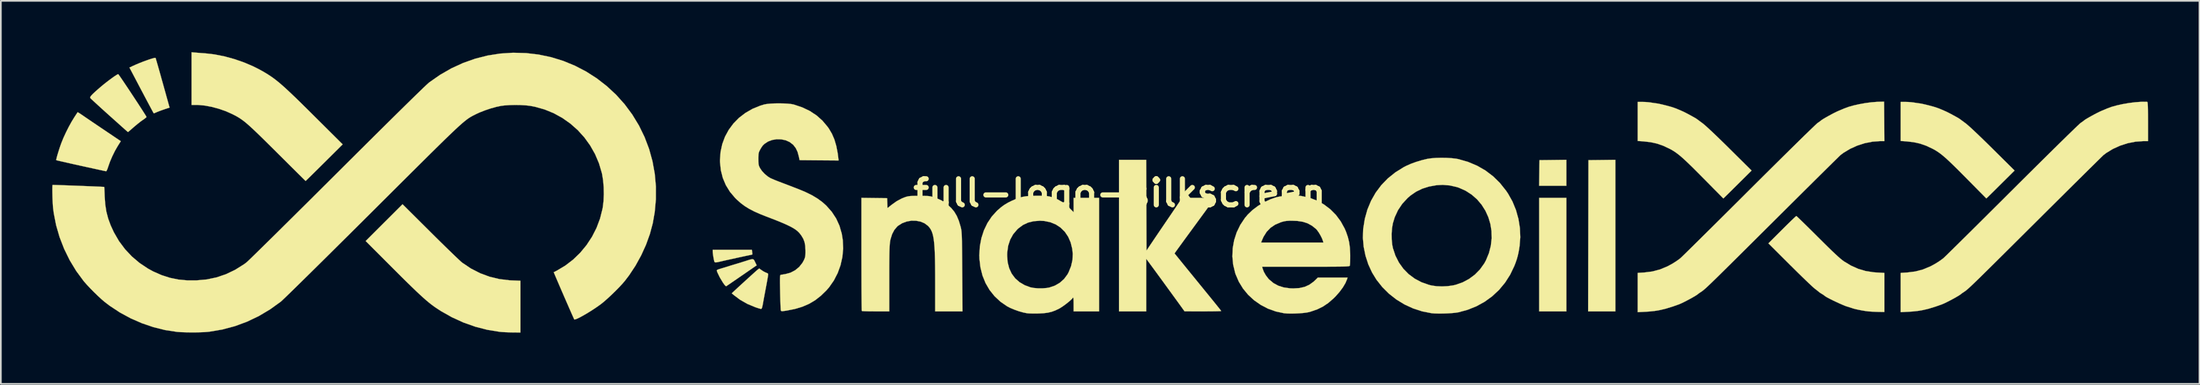
<source format=kicad_pcb>
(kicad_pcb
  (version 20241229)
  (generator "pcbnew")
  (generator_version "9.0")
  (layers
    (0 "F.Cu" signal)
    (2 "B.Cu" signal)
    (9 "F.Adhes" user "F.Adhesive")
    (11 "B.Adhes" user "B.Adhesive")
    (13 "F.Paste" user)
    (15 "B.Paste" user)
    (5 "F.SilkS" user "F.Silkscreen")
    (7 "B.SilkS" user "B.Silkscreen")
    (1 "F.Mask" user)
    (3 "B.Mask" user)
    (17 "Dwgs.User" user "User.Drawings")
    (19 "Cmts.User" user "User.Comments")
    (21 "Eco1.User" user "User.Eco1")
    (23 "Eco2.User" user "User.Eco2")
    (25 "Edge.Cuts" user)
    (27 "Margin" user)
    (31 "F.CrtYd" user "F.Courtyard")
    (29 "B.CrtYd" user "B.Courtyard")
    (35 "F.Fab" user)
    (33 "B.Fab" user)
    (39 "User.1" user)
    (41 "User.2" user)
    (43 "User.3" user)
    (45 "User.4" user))
  (footprint "full-logo-silkscreen"
    (layer "F.Cu")
    (at 62.279 8.232)
    (property "Reference" "full-logo-silkscreen" (at 0 0 0) (layer "F.SilkS") (effects (font (size 1.524 1.524) (thickness 0.3))))
    (attr through_hole)
    (fp_poly (pts (xy 26.07 6.914) (xy 24.483 6.914) (xy 24.483 0.282) (xy 26.07 0.282) (xy 26.07 6.914)) (stroke (width 0.01) (type solid)) (fill yes) (layer "F.SilkS"))
    (fp_poly (pts (xy 26.07 -0.423) (xy 24.481 -0.423) (xy 24.491 -1.173) (xy 24.5 -1.923) (xy 25.285 -1.932) (xy 26.07 -1.942) (xy 26.07 -0.423)) (stroke (width 0.01) (type solid)) (fill yes) (layer "F.SilkS"))
    (fp_poly (pts (xy 28.928 6.914) (xy 27.34 6.914) (xy 27.349 2.496) (xy 27.358 -1.923) (xy 28.143 -1.932) (xy 28.928 -1.942) (xy 28.928 6.914)) (stroke (width 0.01) (type solid)) (fill yes) (layer "F.SilkS"))
    (fp_poly (pts (xy -21.44 3.448) (xy -21.431 3.536) (xy -21.429 3.586) (xy -21.43 3.589) (xy -21.465 3.6) (xy -21.548 3.619) (xy -21.61 3.632) (xy -21.743 3.659) (xy -21.902 3.693) (xy -22.013 3.717) (xy -22.34 3.788) (xy -22.607 3.847) (xy -22.821 3.894) (xy -22.991 3.932) (xy -23.127 3.963) (xy -23.235 3.988) (xy -23.308 4.005) (xy -23.459 4.039) (xy -23.555 4.053) (xy -23.611 4.047) (xy -23.639 4.021) (xy -23.649 3.995) (xy -23.673 3.894) (xy -23.699 3.756) (xy -23.722 3.611) (xy -23.738 3.484) (xy -23.742 3.415) (xy -23.742 3.316) (xy -21.457 3.316) (xy -21.44 3.448)) (stroke (width 0.01) (type solid)) (fill yes) (layer "F.SilkS"))
    (fp_poly (pts (xy -56.253 -7.899) (xy -56.241 -7.863) (xy -56.212 -7.766) (xy -56.168 -7.615) (xy -56.112 -7.418) (xy -56.044 -7.181) (xy -55.968 -6.911) (xy -55.886 -6.616) (xy -55.836 -6.439) (xy -55.434 -4.994) (xy -55.719 -4.901) (xy -55.878 -4.846) (xy -56.035 -4.788) (xy -56.16 -4.738) (xy -56.174 -4.732) (xy -56.272 -4.69) (xy -56.339 -4.662) (xy -56.356 -4.657) (xy -56.374 -4.687) (xy -56.422 -4.773) (xy -56.495 -4.909) (xy -56.591 -5.089) (xy -56.706 -5.305) (xy -56.837 -5.552) (xy -56.98 -5.823) (xy -57.071 -5.995) (xy -57.775 -7.334) (xy -57.577 -7.428) (xy -57.404 -7.506) (xy -57.212 -7.587) (xy -57.011 -7.667) (xy -56.813 -7.74) (xy -56.628 -7.805) (xy -56.469 -7.856) (xy -56.346 -7.89) (xy -56.27 -7.902) (xy -56.253 -7.899)) (stroke (width 0.01) (type solid)) (fill yes) (layer "F.SilkS"))
    (fp_poly (pts (xy -21.384 3.87) (xy -21.342 3.898) (xy -21.308 3.952) (xy -21.269 4.031) (xy -21.268 4.034) (xy -21.176 4.224) (xy -22.045 4.822) (xy -22.265 4.974) (xy -22.467 5.113) (xy -22.644 5.234) (xy -22.788 5.333) (xy -22.891 5.403) (xy -22.946 5.44) (xy -22.953 5.444) (xy -22.991 5.428) (xy -23.055 5.359) (xy -23.137 5.246) (xy -23.148 5.229) (xy -23.331 4.924) (xy -23.468 4.639) (xy -23.49 4.583) (xy -23.503 4.54) (xy -23.498 4.508) (xy -23.462 4.481) (xy -23.385 4.452) (xy -23.255 4.411) (xy -23.201 4.395) (xy -23.049 4.35) (xy -22.914 4.308) (xy -22.817 4.278) (xy -22.789 4.269) (xy -22.713 4.244) (xy -22.593 4.208) (xy -22.454 4.166) (xy -22.437 4.161) (xy -22.271 4.111) (xy -22.076 4.051) (xy -21.891 3.993) (xy -21.867 3.986) (xy -21.675 3.924) (xy -21.538 3.883) (xy -21.445 3.865) (xy -21.384 3.87)) (stroke (width 0.01) (type solid)) (fill yes) (layer "F.SilkS"))
    (fp_poly (pts (xy -20.883 4.512) (xy -20.77 4.585) (xy -20.655 4.643) (xy -20.616 4.658) (xy -20.537 4.69) (xy -20.507 4.732) (xy -20.512 4.811) (xy -20.514 4.827) (xy -20.535 4.951) (xy -20.565 5.125) (xy -20.602 5.328) (xy -20.641 5.54) (xy -20.68 5.743) (xy -20.691 5.803) (xy -20.719 5.951) (xy -20.753 6.137) (xy -20.788 6.33) (xy -20.802 6.412) (xy -20.835 6.584) (xy -20.863 6.695) (xy -20.89 6.755) (xy -20.919 6.772) (xy -20.976 6.76) (xy -21.079 6.73) (xy -21.211 6.687) (xy -21.255 6.672) (xy -21.716 6.48) (xy -22.145 6.236) (xy -22.507 5.965) (xy -22.631 5.86) (xy -22.543 5.776) (xy -22.449 5.687) (xy -22.322 5.569) (xy -22.17 5.429) (xy -22.002 5.275) (xy -21.827 5.115) (xy -21.654 4.957) (xy -21.491 4.809) (xy -21.347 4.679) (xy -21.232 4.576) (xy -21.153 4.506) (xy -21.124 4.482) (xy -21.029 4.407) (xy -20.883 4.512)) (stroke (width 0.01) (type solid)) (fill yes) (layer "F.SilkS"))
    (fp_poly (pts (xy -40.208 2.279) (xy -39.921 2.565) (xy -39.642 2.84) (xy -39.378 3.099) (xy -39.133 3.338) (xy -38.912 3.552) (xy -38.72 3.736) (xy -38.562 3.886) (xy -38.443 3.996) (xy -38.367 4.062) (xy -38.355 4.072) (xy -37.851 4.41) (xy -37.322 4.682) (xy -36.769 4.888) (xy -36.194 5.027) (xy -35.599 5.099) (xy -35.481 5.105) (xy -34.96 5.126) (xy -34.96 8.149) (xy -35.428 8.145) (xy -35.635 8.14) (xy -35.847 8.132) (xy -36.039 8.12) (xy -36.177 8.108) (xy -36.888 7.993) (xy -37.594 7.811) (xy -38.288 7.565) (xy -38.962 7.257) (xy -39.608 6.892) (xy -39.893 6.705) (xy -40.029 6.609) (xy -40.167 6.506) (xy -40.312 6.391) (xy -40.467 6.261) (xy -40.637 6.111) (xy -40.827 5.937) (xy -41.042 5.736) (xy -41.284 5.503) (xy -41.56 5.234) (xy -41.873 4.925) (xy -42.227 4.571) (xy -42.483 4.315) (xy -43.991 2.804) (xy -42.916 1.729) (xy -41.84 0.654) (xy -40.208 2.279)) (stroke (width 0.01) (type solid)) (fill yes) (layer "F.SilkS"))
    (fp_poly (pts (xy -60.767 -4.709) (xy -60.691 -4.663) (xy -60.584 -4.592) (xy -60.512 -4.543) (xy -60.415 -4.476) (xy -60.268 -4.375) (xy -60.082 -4.249) (xy -59.866 -4.102) (xy -59.63 -3.942) (xy -59.384 -3.776) (xy -59.258 -3.691) (xy -58.28 -3.031) (xy -58.462 -2.742) (xy -58.621 -2.466) (xy -58.775 -2.153) (xy -58.912 -1.832) (xy -59.017 -1.534) (xy -59.02 -1.524) (xy -59.062 -1.403) (xy -59.102 -1.314) (xy -59.134 -1.275) (xy -59.138 -1.274) (xy -59.18 -1.282) (xy -59.284 -1.304) (xy -59.441 -1.338) (xy -59.646 -1.383) (xy -59.889 -1.436) (xy -60.164 -1.496) (xy -60.463 -1.562) (xy -60.606 -1.593) (xy -60.913 -1.661) (xy -61.198 -1.725) (xy -61.453 -1.783) (xy -61.673 -1.833) (xy -61.848 -1.873) (xy -61.973 -1.903) (xy -62.039 -1.92) (xy -62.048 -1.923) (xy -62.046 -1.963) (xy -62.024 -2.057) (xy -61.988 -2.192) (xy -61.939 -2.356) (xy -61.883 -2.535) (xy -61.823 -2.717) (xy -61.762 -2.89) (xy -61.75 -2.921) (xy -61.632 -3.215) (xy -61.484 -3.537) (xy -61.32 -3.864) (xy -61.152 -4.169) (xy -61.008 -4.405) (xy -60.925 -4.533) (xy -60.857 -4.637) (xy -60.812 -4.704) (xy -60.799 -4.722) (xy -60.767 -4.709)) (stroke (width 0.01) (type solid)) (fill yes) (layer "F.SilkS"))
    (fp_poly (pts (xy -58.407 -6.921) (xy -58.349 -6.841) (xy -58.263 -6.716) (xy -58.153 -6.555) (xy -58.025 -6.364) (xy -57.882 -6.151) (xy -57.731 -5.923) (xy -57.576 -5.688) (xy -57.422 -5.454) (xy -57.273 -5.227) (xy -57.136 -5.015) (xy -57.014 -4.826) (xy -56.912 -4.667) (xy -56.836 -4.546) (xy -56.791 -4.469) (xy -56.78 -4.445) (xy -56.807 -4.413) (xy -56.879 -4.355) (xy -56.981 -4.281) (xy -57 -4.269) (xy -57.12 -4.183) (xy -57.27 -4.066) (xy -57.428 -3.936) (xy -57.537 -3.842) (xy -57.66 -3.734) (xy -57.763 -3.646) (xy -57.834 -3.587) (xy -57.863 -3.565) (xy -57.863 -3.565) (xy -57.891 -3.588) (xy -57.965 -3.653) (xy -58.081 -3.756) (xy -58.233 -3.891) (xy -58.414 -4.054) (xy -58.621 -4.239) (xy -58.847 -4.441) (xy -58.949 -4.533) (xy -59.183 -4.743) (xy -59.401 -4.941) (xy -59.597 -5.12) (xy -59.766 -5.275) (xy -59.902 -5.401) (xy -60 -5.492) (xy -60.052 -5.544) (xy -60.06 -5.553) (xy -60.068 -5.588) (xy -60.05 -5.635) (xy -60.002 -5.7) (xy -59.918 -5.788) (xy -59.793 -5.906) (xy -59.622 -6.059) (xy -59.469 -6.191) (xy -59.32 -6.316) (xy -59.156 -6.448) (xy -58.986 -6.578) (xy -58.823 -6.699) (xy -58.675 -6.805) (xy -58.552 -6.886) (xy -58.467 -6.937) (xy -58.432 -6.95) (xy -58.407 -6.921)) (stroke (width 0.01) (type solid)) (fill yes) (layer "F.SilkS"))
    (fp_poly (pts (xy -53.913 -8.207) (xy -53.761 -8.195) (xy -53.574 -8.18) (xy -53.389 -8.167) (xy -53.358 -8.165) (xy -52.814 -8.102) (xy -52.243 -7.99) (xy -51.665 -7.832) (xy -51.097 -7.636) (xy -50.556 -7.405) (xy -50.236 -7.244) (xy -50.042 -7.138) (xy -49.863 -7.035) (xy -49.693 -6.931) (xy -49.527 -6.822) (xy -49.361 -6.704) (xy -49.19 -6.573) (xy -49.008 -6.424) (xy -48.812 -6.254) (xy -48.596 -6.058) (xy -48.355 -5.832) (xy -48.084 -5.573) (xy -47.779 -5.275) (xy -47.435 -4.936) (xy -47.046 -4.549) (xy -47.035 -4.538) (xy -45.334 -2.845) (xy -46.411 -1.775) (xy -46.638 -1.55) (xy -46.849 -1.341) (xy -47.039 -1.153) (xy -47.203 -0.991) (xy -47.335 -0.861) (xy -47.431 -0.768) (xy -47.485 -0.715) (xy -47.495 -0.706) (xy -47.521 -0.73) (xy -47.592 -0.8) (xy -47.705 -0.912) (xy -47.856 -1.061) (xy -48.04 -1.244) (xy -48.254 -1.456) (xy -48.493 -1.694) (xy -48.753 -1.953) (xy -49.03 -2.229) (xy -49.177 -2.375) (xy -49.535 -2.731) (xy -49.848 -3.041) (xy -50.121 -3.309) (xy -50.358 -3.538) (xy -50.564 -3.734) (xy -50.743 -3.899) (xy -50.901 -4.039) (xy -51.041 -4.156) (xy -51.169 -4.255) (xy -51.289 -4.34) (xy -51.405 -4.415) (xy -51.523 -4.484) (xy -51.648 -4.55) (xy -51.773 -4.614) (xy -52.152 -4.783) (xy -52.558 -4.925) (xy -52.973 -5.037) (xy -53.378 -5.113) (xy -53.754 -5.149) (xy -53.858 -5.151) (xy -54.151 -5.151) (xy -54.151 -8.227) (xy -53.913 -8.207)) (stroke (width 0.01) (type solid)) (fill yes) (layer "F.SilkS"))
    (fp_poly (pts (xy 30.506 -5.327) (xy 30.677 -5.322) (xy 30.854 -5.308) (xy 30.992 -5.291) (xy 31.135 -5.268) (xy 31.275 -5.248) (xy 31.344 -5.239) (xy 31.44 -5.223) (xy 31.584 -5.192) (xy 31.758 -5.151) (xy 31.943 -5.104) (xy 32.119 -5.056) (xy 32.262 -5.014) (xy 32.416 -4.96) (xy 32.612 -4.881) (xy 32.83 -4.786) (xy 32.932 -4.739) (xy 33.025 -4.693) (xy 33.149 -4.628) (xy 33.29 -4.552) (xy 33.429 -4.475) (xy 33.551 -4.407) (xy 33.639 -4.355) (xy 33.673 -4.332) (xy 33.715 -4.301) (xy 33.8 -4.238) (xy 33.914 -4.153) (xy 34.008 -4.085) (xy 34.108 -4.004) (xy 34.253 -3.877) (xy 34.439 -3.706) (xy 34.662 -3.496) (xy 34.918 -3.251) (xy 35.204 -2.973) (xy 35.514 -2.668) (xy 35.592 -2.59) (xy 36.877 -1.315) (xy 36.056 -0.499) (xy 35.858 -0.303) (xy 35.678 -0.124) (xy 35.52 0.032) (xy 35.391 0.159) (xy 35.296 0.252) (xy 35.241 0.304) (xy 35.23 0.314) (xy 35.205 0.289) (xy 35.135 0.219) (xy 35.026 0.108) (xy 34.882 -0.038) (xy 34.707 -0.214) (xy 34.508 -0.416) (xy 34.289 -0.638) (xy 34.078 -0.851) (xy 33.76 -1.172) (xy 33.486 -1.447) (xy 33.248 -1.679) (xy 33.043 -1.875) (xy 32.865 -2.039) (xy 32.708 -2.175) (xy 32.566 -2.288) (xy 32.436 -2.384) (xy 32.31 -2.466) (xy 32.183 -2.541) (xy 32.097 -2.587) (xy 31.724 -2.763) (xy 31.359 -2.89) (xy 30.98 -2.973) (xy 30.561 -3.021) (xy 30.542 -3.022) (xy 30.233 -3.043) (xy 30.233 -5.327) (xy 30.506 -5.327)) (stroke (width 0.01) (type solid)) (fill yes) (layer "F.SilkS"))
    (fp_poly (pts (xy 45.852 -5.327) (xy 46.022 -5.322) (xy 46.2 -5.308) (xy 46.337 -5.291) (xy 46.481 -5.268) (xy 46.62 -5.248) (xy 46.69 -5.239) (xy 46.786 -5.223) (xy 46.93 -5.192) (xy 47.104 -5.151) (xy 47.289 -5.104) (xy 47.465 -5.056) (xy 47.607 -5.014) (xy 47.761 -4.96) (xy 47.957 -4.881) (xy 48.175 -4.786) (xy 48.278 -4.739) (xy 48.37 -4.693) (xy 48.495 -4.628) (xy 48.635 -4.552) (xy 48.775 -4.475) (xy 48.897 -4.407) (xy 48.985 -4.355) (xy 49.018 -4.332) (xy 49.06 -4.301) (xy 49.146 -4.238) (xy 49.26 -4.153) (xy 49.354 -4.085) (xy 49.454 -4.004) (xy 49.599 -3.877) (xy 49.785 -3.706) (xy 50.008 -3.496) (xy 50.264 -3.251) (xy 50.55 -2.973) (xy 50.86 -2.668) (xy 50.938 -2.59) (xy 52.223 -1.315) (xy 51.401 -0.499) (xy 51.204 -0.303) (xy 51.024 -0.124) (xy 50.866 0.032) (xy 50.737 0.159) (xy 50.642 0.252) (xy 50.587 0.304) (xy 50.576 0.314) (xy 50.551 0.289) (xy 50.481 0.219) (xy 50.372 0.108) (xy 50.227 -0.038) (xy 50.053 -0.214) (xy 49.854 -0.416) (xy 49.635 -0.638) (xy 49.424 -0.851) (xy 49.106 -1.172) (xy 48.831 -1.447) (xy 48.594 -1.679) (xy 48.389 -1.875) (xy 48.211 -2.039) (xy 48.053 -2.175) (xy 47.912 -2.288) (xy 47.781 -2.384) (xy 47.656 -2.466) (xy 47.529 -2.541) (xy 47.443 -2.587) (xy 47.07 -2.763) (xy 46.705 -2.89) (xy 46.326 -2.973) (xy 45.907 -3.021) (xy 45.888 -3.022) (xy 45.579 -3.043) (xy 45.579 -5.327) (xy 45.852 -5.327)) (stroke (width 0.01) (type solid)) (fill yes) (layer "F.SilkS"))
    (fp_poly (pts (xy 39.518 1.365) (xy 39.592 1.434) (xy 39.707 1.544) (xy 39.857 1.69) (xy 40.037 1.866) (xy 40.243 2.069) (xy 40.468 2.292) (xy 40.71 2.533) (xy 40.744 2.567) (xy 41.059 2.88) (xy 41.329 3.147) (xy 41.559 3.371) (xy 41.753 3.555) (xy 41.916 3.705) (xy 42.05 3.823) (xy 42.162 3.915) (xy 42.254 3.983) (xy 42.268 3.993) (xy 42.682 4.242) (xy 43.095 4.427) (xy 43.521 4.554) (xy 43.974 4.627) (xy 44.194 4.644) (xy 44.626 4.668) (xy 44.626 6.95) (xy 44.282 6.945) (xy 44.097 6.939) (xy 43.903 6.93) (xy 43.735 6.919) (xy 43.692 6.915) (xy 43.527 6.894) (xy 43.337 6.863) (xy 43.143 6.826) (xy 42.967 6.788) (xy 42.83 6.753) (xy 42.792 6.741) (xy 42.716 6.715) (xy 42.596 6.677) (xy 42.457 6.634) (xy 42.439 6.629) (xy 42.328 6.589) (xy 42.178 6.527) (xy 42.002 6.45) (xy 41.815 6.364) (xy 41.628 6.275) (xy 41.456 6.189) (xy 41.311 6.113) (xy 41.207 6.053) (xy 41.16 6.02) (xy 41.104 5.976) (xy 41.015 5.916) (xy 40.975 5.892) (xy 40.887 5.837) (xy 40.828 5.796) (xy 40.816 5.786) (xy 40.782 5.756) (xy 40.705 5.695) (xy 40.602 5.615) (xy 40.569 5.591) (xy 40.499 5.531) (xy 40.384 5.427) (xy 40.232 5.284) (xy 40.047 5.108) (xy 39.837 4.905) (xy 39.607 4.68) (xy 39.363 4.439) (xy 39.11 4.188) (xy 39.1 4.178) (xy 37.859 2.939) (xy 38.659 2.14) (xy 38.854 1.945) (xy 39.034 1.768) (xy 39.192 1.614) (xy 39.323 1.488) (xy 39.419 1.398) (xy 39.476 1.348) (xy 39.488 1.341) (xy 39.518 1.365)) (stroke (width 0.01) (type solid)) (fill yes) (layer "F.SilkS"))
    (fp_poly (pts (xy 1.561 0.71) (xy 1.57 3.361) (xy 1.91 2.854) (xy 2.021 2.689) (xy 2.162 2.48) (xy 2.325 2.239) (xy 2.502 1.979) (xy 2.682 1.713) (xy 2.858 1.455) (xy 2.876 1.429) (xy 3.033 1.198) (xy 3.18 0.98) (xy 3.312 0.785) (xy 3.423 0.621) (xy 3.507 0.494) (xy 3.559 0.415) (xy 3.571 0.397) (xy 3.641 0.282) (xy 4.593 0.282) (xy 4.899 0.283) (xy 5.149 0.287) (xy 5.339 0.293) (xy 5.466 0.301) (xy 5.527 0.312) (xy 5.533 0.317) (xy 5.509 0.354) (xy 5.45 0.439) (xy 5.361 0.566) (xy 5.247 0.724) (xy 5.115 0.906) (xy 5.011 1.049) (xy 4.685 1.494) (xy 4.39 1.898) (xy 4.125 2.26) (xy 3.894 2.576) (xy 3.697 2.846) (xy 3.537 3.067) (xy 3.413 3.237) (xy 3.329 3.354) (xy 3.286 3.413) (xy 3.206 3.528) (xy 3.711 4.15) (xy 3.897 4.38) (xy 4.107 4.638) (xy 4.324 4.904) (xy 4.529 5.156) (xy 4.693 5.358) (xy 4.961 5.688) (xy 5.189 5.967) (xy 5.378 6.2) (xy 5.533 6.391) (xy 5.656 6.544) (xy 5.751 6.663) (xy 5.822 6.752) (xy 5.872 6.815) (xy 5.904 6.858) (xy 5.921 6.882) (xy 5.927 6.894) (xy 5.927 6.895) (xy 5.893 6.9) (xy 5.797 6.904) (xy 5.648 6.908) (xy 5.454 6.911) (xy 5.224 6.913) (xy 4.966 6.914) (xy 4.86 6.914) (xy 3.792 6.913) (xy 3.366 6.323) (xy 3.211 6.11) (xy 3.034 5.866) (xy 2.841 5.601) (xy 2.641 5.325) (xy 2.44 5.049) (xy 2.246 4.783) (xy 2.066 4.537) (xy 1.908 4.321) (xy 1.779 4.146) (xy 1.718 4.062) (xy 1.552 3.838) (xy 1.552 6.914) (xy -0.035 6.914) (xy -0.035 -1.94) (xy 1.552 -1.94) (xy 1.561 0.71)) (stroke (width 0.01) (type solid)) (fill yes) (layer "F.SilkS"))
    (fp_poly (pts (xy -11.47 0.164) (xy -11.301 0.167) (xy -11.172 0.174) (xy -11.068 0.187) (xy -10.974 0.208) (xy -10.875 0.238) (xy -10.813 0.259) (xy -10.576 0.346) (xy -10.385 0.435) (xy -10.219 0.536) (xy -10.053 0.663) (xy -10.044 0.67) (xy -9.824 0.875) (xy -9.645 1.092) (xy -9.501 1.334) (xy -9.382 1.617) (xy -9.28 1.954) (xy -9.27 1.993) (xy -9.255 2.053) (xy -9.243 2.114) (xy -9.232 2.183) (xy -9.223 2.265) (xy -9.216 2.365) (xy -9.209 2.49) (xy -9.204 2.645) (xy -9.199 2.835) (xy -9.196 3.067) (xy -9.192 3.347) (xy -9.189 3.678) (xy -9.186 4.069) (xy -9.183 4.523) (xy -9.182 4.595) (xy -9.166 6.914) (xy -10.76 6.914) (xy -10.76 5.283) (xy -10.761 4.743) (xy -10.765 4.27) (xy -10.772 3.856) (xy -10.783 3.498) (xy -10.798 3.19) (xy -10.819 2.928) (xy -10.845 2.706) (xy -10.878 2.519) (xy -10.918 2.363) (xy -10.965 2.232) (xy -11.021 2.121) (xy -11.086 2.025) (xy -11.16 1.939) (xy -11.187 1.912) (xy -11.386 1.764) (xy -11.623 1.666) (xy -11.883 1.617) (xy -12.156 1.616) (xy -12.427 1.664) (xy -12.684 1.76) (xy -12.914 1.904) (xy -12.972 1.953) (xy -13.142 2.152) (xy -13.275 2.405) (xy -13.368 2.706) (xy -13.387 2.803) (xy -13.399 2.886) (xy -13.41 2.984) (xy -13.418 3.105) (xy -13.425 3.253) (xy -13.431 3.436) (xy -13.435 3.659) (xy -13.438 3.929) (xy -13.44 4.251) (xy -13.441 4.633) (xy -13.441 5.014) (xy -13.441 6.914) (xy -14.229 6.914) (xy -14.458 6.913) (xy -14.663 6.911) (xy -14.833 6.906) (xy -14.959 6.901) (xy -15.029 6.894) (xy -15.04 6.891) (xy -15.043 6.853) (xy -15.047 6.749) (xy -15.05 6.585) (xy -15.053 6.365) (xy -15.055 6.094) (xy -15.058 5.778) (xy -15.06 5.42) (xy -15.061 5.027) (xy -15.062 4.602) (xy -15.063 4.151) (xy -15.064 3.679) (xy -15.064 3.574) (xy -15.064 0.281) (xy -13.564 0.3) (xy -13.554 0.589) (xy -13.544 0.878) (xy -13.315 0.696) (xy -13.012 0.479) (xy -12.712 0.318) (xy -12.506 0.236) (xy -12.416 0.209) (xy -12.323 0.189) (xy -12.214 0.175) (xy -12.074 0.168) (xy -11.888 0.164) (xy -11.695 0.163) (xy -11.47 0.164)) (stroke (width 0.01) (type solid)) (fill yes) (layer "F.SilkS"))
    (fp_poly (pts (xy -4.6 0.16) (xy -4.423 0.164) (xy -4.286 0.172) (xy -4.176 0.185) (xy -4.077 0.205) (xy -3.974 0.234) (xy -3.951 0.241) (xy -3.615 0.371) (xy -3.316 0.543) (xy -3.036 0.77) (xy -2.955 0.848) (xy -2.681 1.12) (xy -2.681 0.282) (xy -1.199 0.282) (xy -1.199 6.914) (xy -2.681 6.914) (xy -2.682 6.482) (xy -2.684 6.296) (xy -2.69 6.174) (xy -2.7 6.113) (xy -2.715 6.106) (xy -2.72 6.113) (xy -2.779 6.185) (xy -2.884 6.285) (xy -3.02 6.399) (xy -3.171 6.517) (xy -3.325 6.627) (xy -3.465 6.718) (xy -3.531 6.755) (xy -3.756 6.863) (xy -3.969 6.94) (xy -4.191 6.992) (xy -4.442 7.023) (xy -4.727 7.038) (xy -4.924 7.041) (xy -5.114 7.039) (xy -5.277 7.034) (xy -5.392 7.024) (xy -5.397 7.024) (xy -5.624 6.978) (xy -5.882 6.905) (xy -6.144 6.812) (xy -6.385 6.71) (xy -6.562 6.619) (xy -6.955 6.347) (xy -7.297 6.027) (xy -7.587 5.664) (xy -7.822 5.26) (xy -8 4.821) (xy -8.119 4.348) (xy -8.178 3.847) (xy -8.183 3.654) (xy -6.562 3.654) (xy -6.532 4.043) (xy -6.443 4.395) (xy -6.298 4.708) (xy -6.097 4.979) (xy -5.844 5.205) (xy -5.539 5.384) (xy -5.209 5.507) (xy -5.008 5.546) (xy -4.765 5.567) (xy -4.508 5.568) (xy -4.263 5.549) (xy -4.096 5.52) (xy -3.773 5.409) (xy -3.485 5.241) (xy -3.239 5.021) (xy -3.042 4.755) (xy -2.98 4.642) (xy -2.832 4.275) (xy -2.75 3.915) (xy -2.733 3.551) (xy -2.763 3.26) (xy -2.855 2.885) (xy -3.002 2.551) (xy -3.197 2.262) (xy -3.439 2.022) (xy -3.722 1.835) (xy -4.042 1.704) (xy -4.395 1.632) (xy -4.654 1.618) (xy -5.022 1.647) (xy -5.347 1.728) (xy -5.638 1.865) (xy -5.903 2.062) (xy -5.98 2.134) (xy -6.213 2.412) (xy -6.386 2.726) (xy -6.501 3.077) (xy -6.556 3.467) (xy -6.562 3.654) (xy -8.183 3.654) (xy -8.184 3.616) (xy -8.154 3.113) (xy -8.063 2.631) (xy -7.915 2.176) (xy -7.712 1.754) (xy -7.457 1.372) (xy -7.152 1.036) (xy -7.141 1.026) (xy -6.926 0.837) (xy -6.723 0.687) (xy -6.504 0.558) (xy -6.303 0.458) (xy -6.067 0.354) (xy -5.859 0.277) (xy -5.659 0.222) (xy -5.45 0.187) (xy -5.214 0.168) (xy -4.931 0.16) (xy -4.833 0.16) (xy -4.6 0.16)) (stroke (width 0.01) (type solid)) (fill yes) (layer "F.SilkS"))
    (fp_poly (pts (xy 19.082 -2.056) (xy 19.377 -2.038) (xy 19.637 -2.008) (xy 19.777 -1.981) (xy 20.342 -1.817) (xy 20.867 -1.595) (xy 21.351 -1.316) (xy 21.794 -0.979) (xy 22.194 -0.586) (xy 22.552 -0.137) (xy 22.668 0.035) (xy 22.925 0.495) (xy 23.128 0.991) (xy 23.273 1.512) (xy 23.358 2.045) (xy 23.381 2.579) (xy 23.339 3.104) (xy 23.339 3.104) (xy 23.293 3.39) (xy 23.243 3.63) (xy 23.182 3.852) (xy 23.104 4.08) (xy 23.033 4.262) (xy 22.79 4.77) (xy 22.493 5.235) (xy 22.144 5.656) (xy 21.748 6.027) (xy 21.307 6.348) (xy 20.826 6.614) (xy 20.307 6.823) (xy 19.773 6.968) (xy 19.601 6.995) (xy 19.379 7.016) (xy 19.126 7.032) (xy 18.862 7.041) (xy 18.606 7.042) (xy 18.38 7.036) (xy 18.203 7.021) (xy 17.656 6.914) (xy 17.128 6.742) (xy 16.625 6.511) (xy 16.155 6.224) (xy 15.721 5.884) (xy 15.331 5.496) (xy 14.99 5.065) (xy 14.733 4.646) (xy 14.514 4.171) (xy 14.35 3.666) (xy 14.243 3.144) (xy 14.197 2.618) (xy 14.205 2.373) (xy 15.874 2.373) (xy 15.878 2.7) (xy 15.907 3.009) (xy 15.949 3.222) (xy 16.096 3.662) (xy 16.3 4.064) (xy 16.558 4.424) (xy 16.866 4.738) (xy 17.219 5.001) (xy 17.614 5.211) (xy 18.047 5.364) (xy 18.203 5.402) (xy 18.492 5.444) (xy 18.817 5.457) (xy 19.151 5.44) (xy 19.467 5.395) (xy 19.597 5.365) (xy 20.008 5.223) (xy 20.389 5.021) (xy 20.732 4.765) (xy 21.031 4.46) (xy 21.279 4.113) (xy 21.377 3.933) (xy 21.551 3.512) (xy 21.662 3.082) (xy 21.711 2.651) (xy 21.702 2.224) (xy 21.636 1.807) (xy 21.516 1.407) (xy 21.344 1.029) (xy 21.123 0.68) (xy 20.856 0.365) (xy 20.543 0.091) (xy 20.189 -0.137) (xy 19.795 -0.313) (xy 19.673 -0.353) (xy 19.267 -0.445) (xy 18.852 -0.479) (xy 18.499 -0.46) (xy 18.054 -0.38) (xy 17.659 -0.255) (xy 17.302 -0.081) (xy 16.974 0.145) (xy 16.803 0.294) (xy 16.493 0.63) (xy 16.244 1.002) (xy 16.055 1.41) (xy 15.946 1.768) (xy 15.897 2.053) (xy 15.874 2.373) (xy 14.205 2.373) (xy 14.214 2.104) (xy 14.215 2.093) (xy 14.307 1.513) (xy 14.46 0.964) (xy 14.674 0.45) (xy 14.945 -0.027) (xy 15.273 -0.464) (xy 15.656 -0.86) (xy 16.091 -1.209) (xy 16.577 -1.512) (xy 16.72 -1.586) (xy 16.987 -1.705) (xy 17.299 -1.819) (xy 17.629 -1.919) (xy 17.953 -1.997) (xy 17.956 -1.998) (xy 18.189 -2.032) (xy 18.467 -2.053) (xy 18.772 -2.061) (xy 19.082 -2.056)) (stroke (width 0.01) (type solid)) (fill yes) (layer "F.SilkS"))
    (fp_poly (pts (xy 10.441 0.155) (xy 10.617 0.174) (xy 11.081 0.277) (xy 11.519 0.442) (xy 11.925 0.667) (xy 12.294 0.947) (xy 12.623 1.278) (xy 12.904 1.657) (xy 13.135 2.078) (xy 13.214 2.264) (xy 13.32 2.57) (xy 13.393 2.871) (xy 13.437 3.189) (xy 13.455 3.546) (xy 13.457 3.651) (xy 13.456 3.842) (xy 13.452 4.01) (xy 13.445 4.143) (xy 13.437 4.225) (xy 13.433 4.242) (xy 13.425 4.254) (xy 13.408 4.264) (xy 13.377 4.273) (xy 13.328 4.28) (xy 13.255 4.286) (xy 13.154 4.291) (xy 13.019 4.295) (xy 12.847 4.298) (xy 12.632 4.3) (xy 12.37 4.302) (xy 12.056 4.303) (xy 11.684 4.304) (xy 11.25 4.304) (xy 10.863 4.304) (xy 8.318 4.304) (xy 8.342 4.401) (xy 8.415 4.6) (xy 8.534 4.809) (xy 8.682 5.003) (xy 8.729 5.053) (xy 8.979 5.262) (xy 9.26 5.415) (xy 9.58 5.516) (xy 9.943 5.567) (xy 10.147 5.573) (xy 10.493 5.552) (xy 10.794 5.484) (xy 11.061 5.365) (xy 11.307 5.19) (xy 11.42 5.086) (xy 11.568 4.939) (xy 13.304 4.939) (xy 13.28 5.018) (xy 13.181 5.256) (xy 13.027 5.516) (xy 12.828 5.784) (xy 12.591 6.051) (xy 12.482 6.159) (xy 12.179 6.422) (xy 11.87 6.631) (xy 11.535 6.796) (xy 11.155 6.928) (xy 11.06 6.955) (xy 10.908 6.985) (xy 10.706 7.01) (xy 10.472 7.028) (xy 10.225 7.04) (xy 9.984 7.044) (xy 9.77 7.038) (xy 9.6 7.023) (xy 9.596 7.023) (xy 9.113 6.919) (xy 8.657 6.755) (xy 8.233 6.534) (xy 7.846 6.263) (xy 7.5 5.944) (xy 7.203 5.583) (xy 6.958 5.183) (xy 6.771 4.75) (xy 6.742 4.662) (xy 6.628 4.187) (xy 6.581 3.706) (xy 6.601 3.226) (xy 6.66 2.893) (xy 8.256 2.893) (xy 11.893 2.893) (xy 11.871 2.813) (xy 11.813 2.655) (xy 11.725 2.478) (xy 11.623 2.306) (xy 11.519 2.161) (xy 11.455 2.092) (xy 11.221 1.906) (xy 10.971 1.769) (xy 10.694 1.679) (xy 10.376 1.63) (xy 10.088 1.618) (xy 9.892 1.619) (xy 9.743 1.629) (xy 9.616 1.648) (xy 9.488 1.681) (xy 9.4 1.709) (xy 9.077 1.847) (xy 8.807 2.029) (xy 8.584 2.261) (xy 8.403 2.547) (xy 8.315 2.743) (xy 8.256 2.893) (xy 6.66 2.893) (xy 6.685 2.754) (xy 6.832 2.298) (xy 7.041 1.865) (xy 7.309 1.461) (xy 7.473 1.264) (xy 7.748 0.999) (xy 8.075 0.752) (xy 8.437 0.535) (xy 8.815 0.359) (xy 9.137 0.248) (xy 9.347 0.203) (xy 9.605 0.17) (xy 9.888 0.151) (xy 10.174 0.145) (xy 10.441 0.155)) (stroke (width 0.01) (type solid)) (fill yes) (layer "F.SilkS"))
    (fp_poly (pts (xy 44.618 -4.187) (xy 44.627 -3.034) (xy 44.363 -3.034) (xy 43.928 -3.003) (xy 43.482 -2.914) (xy 43.041 -2.772) (xy 42.623 -2.583) (xy 42.243 -2.354) (xy 42.069 -2.223) (xy 42.032 -2.188) (xy 41.948 -2.107) (xy 41.82 -1.981) (xy 41.65 -1.814) (xy 41.442 -1.608) (xy 41.198 -1.367) (xy 40.92 -1.092) (xy 40.613 -0.788) (xy 40.279 -0.456) (xy 39.919 -0.099) (xy 39.539 0.279) (xy 39.139 0.677) (xy 38.724 1.09) (xy 38.295 1.517) (xy 38.206 1.606) (xy 37.68 2.129) (xy 37.202 2.605) (xy 36.769 3.036) (xy 36.379 3.424) (xy 36.029 3.772) (xy 35.717 4.082) (xy 35.44 4.356) (xy 35.196 4.597) (xy 34.983 4.807) (xy 34.798 4.989) (xy 34.638 5.144) (xy 34.502 5.276) (xy 34.387 5.386) (xy 34.29 5.477) (xy 34.209 5.551) (xy 34.142 5.611) (xy 34.086 5.659) (xy 34.038 5.698) (xy 33.997 5.729) (xy 33.96 5.755) (xy 33.924 5.779) (xy 33.836 5.837) (xy 33.775 5.881) (xy 33.761 5.893) (xy 33.705 5.938) (xy 33.599 6.005) (xy 33.456 6.089) (xy 33.29 6.182) (xy 33.114 6.276) (xy 32.942 6.364) (xy 32.786 6.44) (xy 32.661 6.495) (xy 32.632 6.506) (xy 32.235 6.645) (xy 31.882 6.753) (xy 31.554 6.833) (xy 31.236 6.888) (xy 30.908 6.923) (xy 30.718 6.935) (xy 30.233 6.96) (xy 30.233 4.667) (xy 30.612 4.643) (xy 31.086 4.583) (xy 31.535 4.464) (xy 31.97 4.283) (xy 32.262 4.124) (xy 32.414 4.028) (xy 32.568 3.924) (xy 32.695 3.83) (xy 32.72 3.81) (xy 32.765 3.768) (xy 32.857 3.68) (xy 32.993 3.548) (xy 33.17 3.374) (xy 33.386 3.161) (xy 33.637 2.913) (xy 33.921 2.632) (xy 34.235 2.321) (xy 34.576 1.983) (xy 34.941 1.62) (xy 35.327 1.236) (xy 35.732 0.833) (xy 36.152 0.415) (xy 36.584 -0.017) (xy 36.724 -0.156) (xy 37.16 -0.591) (xy 37.584 -1.013) (xy 37.994 -1.42) (xy 38.386 -1.809) (xy 38.758 -2.177) (xy 39.107 -2.522) (xy 39.43 -2.84) (xy 39.723 -3.128) (xy 39.985 -3.385) (xy 40.213 -3.606) (xy 40.403 -3.79) (xy 40.552 -3.933) (xy 40.659 -4.033) (xy 40.719 -4.087) (xy 40.728 -4.094) (xy 40.825 -4.16) (xy 40.896 -4.212) (xy 40.922 -4.234) (xy 40.968 -4.271) (xy 41.064 -4.332) (xy 41.195 -4.41) (xy 41.35 -4.497) (xy 41.515 -4.587) (xy 41.675 -4.672) (xy 41.819 -4.743) (xy 41.932 -4.795) (xy 41.932 -4.795) (xy 42.069 -4.852) (xy 42.187 -4.902) (xy 42.267 -4.936) (xy 42.28 -4.942) (xy 42.529 -5.034) (xy 42.83 -5.119) (xy 43.166 -5.195) (xy 43.518 -5.258) (xy 43.868 -5.304) (xy 44.199 -5.33) (xy 44.298 -5.333) (xy 44.609 -5.34) (xy 44.618 -4.187)) (stroke (width 0.01) (type solid)) (fill yes) (layer "F.SilkS"))
    (fp_poly (pts (xy 59.963 -5.33) (xy 59.976 -5.314) (xy 59.986 -5.264) (xy 59.994 -5.175) (xy 60 -5.041) (xy 60.004 -4.855) (xy 60.006 -4.612) (xy 60.007 -4.307) (xy 60.008 -4.18) (xy 60.008 -3.034) (xy 59.726 -3.034) (xy 59.279 -3.003) (xy 58.825 -2.913) (xy 58.38 -2.769) (xy 57.958 -2.578) (xy 57.574 -2.344) (xy 57.415 -2.223) (xy 57.378 -2.188) (xy 57.294 -2.107) (xy 57.166 -1.981) (xy 56.996 -1.814) (xy 56.788 -1.608) (xy 56.543 -1.367) (xy 56.266 -1.092) (xy 55.959 -0.788) (xy 55.624 -0.456) (xy 55.265 -0.099) (xy 54.885 0.279) (xy 54.485 0.677) (xy 54.069 1.09) (xy 53.641 1.517) (xy 53.552 1.606) (xy 53.026 2.129) (xy 52.548 2.605) (xy 52.115 3.036) (xy 51.725 3.424) (xy 51.375 3.772) (xy 51.063 4.082) (xy 50.786 4.356) (xy 50.542 4.597) (xy 50.329 4.807) (xy 50.144 4.989) (xy 49.984 5.144) (xy 49.848 5.276) (xy 49.733 5.386) (xy 49.636 5.477) (xy 49.555 5.551) (xy 49.488 5.611) (xy 49.431 5.659) (xy 49.384 5.698) (xy 49.343 5.729) (xy 49.305 5.755) (xy 49.27 5.779) (xy 49.182 5.837) (xy 49.121 5.881) (xy 49.107 5.893) (xy 49.051 5.938) (xy 48.945 6.005) (xy 48.802 6.089) (xy 48.636 6.182) (xy 48.46 6.276) (xy 48.287 6.364) (xy 48.132 6.44) (xy 48.007 6.495) (xy 47.978 6.506) (xy 47.581 6.645) (xy 47.228 6.753) (xy 46.9 6.833) (xy 46.582 6.888) (xy 46.254 6.923) (xy 46.064 6.935) (xy 45.579 6.96) (xy 45.579 4.667) (xy 45.957 4.643) (xy 46.432 4.583) (xy 46.88 4.464) (xy 47.316 4.283) (xy 47.607 4.124) (xy 47.76 4.028) (xy 47.913 3.924) (xy 48.04 3.83) (xy 48.066 3.81) (xy 48.111 3.768) (xy 48.203 3.68) (xy 48.339 3.548) (xy 48.516 3.374) (xy 48.732 3.161) (xy 48.983 2.913) (xy 49.267 2.632) (xy 49.581 2.321) (xy 49.922 1.983) (xy 50.287 1.62) (xy 50.673 1.236) (xy 51.077 0.833) (xy 51.498 0.415) (xy 51.93 -0.017) (xy 52.07 -0.156) (xy 52.506 -0.591) (xy 52.93 -1.013) (xy 53.34 -1.42) (xy 53.732 -1.809) (xy 54.104 -2.177) (xy 54.453 -2.522) (xy 54.775 -2.84) (xy 55.069 -3.128) (xy 55.331 -3.385) (xy 55.559 -3.606) (xy 55.749 -3.79) (xy 55.898 -3.933) (xy 56.005 -4.033) (xy 56.065 -4.087) (xy 56.074 -4.094) (xy 56.171 -4.16) (xy 56.242 -4.212) (xy 56.268 -4.234) (xy 56.314 -4.271) (xy 56.409 -4.332) (xy 56.541 -4.41) (xy 56.696 -4.497) (xy 56.86 -4.587) (xy 57.021 -4.672) (xy 57.165 -4.743) (xy 57.278 -4.795) (xy 57.278 -4.795) (xy 57.415 -4.852) (xy 57.533 -4.902) (xy 57.613 -4.936) (xy 57.626 -4.942) (xy 57.883 -5.037) (xy 58.192 -5.123) (xy 58.536 -5.199) (xy 58.895 -5.261) (xy 59.253 -5.306) (xy 59.59 -5.331) (xy 59.889 -5.334) (xy 59.963 -5.33)) (stroke (width 0.01) (type solid)) (fill yes) (layer "F.SilkS"))
    (fp_poly (pts (xy -19.616 -5.237) (xy -19.374 -5.224) (xy -19.167 -5.203) (xy -19.015 -5.174) (xy -18.521 -5.009) (xy -18.079 -4.798) (xy -17.687 -4.54) (xy -17.34 -4.232) (xy -17.037 -3.871) (xy -16.963 -3.767) (xy -16.785 -3.465) (xy -16.642 -3.132) (xy -16.532 -2.759) (xy -16.45 -2.335) (xy -16.42 -2.107) (xy -16.396 -1.904) (xy -17.535 -1.913) (xy -18.673 -1.923) (xy -18.718 -2.141) (xy -18.791 -2.407) (xy -18.893 -2.624) (xy -19.034 -2.807) (xy -19.059 -2.833) (xy -19.258 -2.985) (xy -19.492 -3.087) (xy -19.748 -3.14) (xy -20.013 -3.145) (xy -20.273 -3.102) (xy -20.514 -3.011) (xy -20.723 -2.873) (xy -20.824 -2.773) (xy -20.877 -2.7) (xy -20.943 -2.593) (xy -20.983 -2.522) (xy -21.028 -2.432) (xy -21.056 -2.35) (xy -21.071 -2.253) (xy -21.077 -2.123) (xy -21.078 -1.993) (xy -21.076 -1.823) (xy -21.068 -1.702) (xy -21.049 -1.61) (xy -21.016 -1.525) (xy -20.985 -1.463) (xy -20.869 -1.291) (xy -20.709 -1.118) (xy -20.529 -0.969) (xy -20.388 -0.88) (xy -20.289 -0.835) (xy -20.147 -0.774) (xy -19.981 -0.707) (xy -19.862 -0.661) (xy -19.693 -0.596) (xy -19.531 -0.535) (xy -19.397 -0.484) (xy -19.332 -0.459) (xy -19.233 -0.421) (xy -19.09 -0.365) (xy -18.923 -0.301) (xy -18.79 -0.25) (xy -18.344 -0.066) (xy -17.959 0.123) (xy -17.626 0.322) (xy -17.336 0.536) (xy -17.113 0.736) (xy -16.795 1.096) (xy -16.539 1.487) (xy -16.345 1.912) (xy -16.212 2.372) (xy -16.151 2.753) (xy -16.13 3.243) (xy -16.175 3.732) (xy -16.282 4.212) (xy -16.449 4.674) (xy -16.672 5.108) (xy -16.948 5.504) (xy -17.11 5.691) (xy -17.432 6.004) (xy -17.767 6.265) (xy -18.125 6.477) (xy -18.516 6.645) (xy -18.949 6.775) (xy -19.434 6.871) (xy -19.605 6.895) (xy -19.7 6.904) (xy -19.747 6.89) (xy -19.768 6.848) (xy -19.77 6.835) (xy -19.775 6.78) (xy -19.781 6.664) (xy -19.788 6.498) (xy -19.795 6.291) (xy -19.802 6.053) (xy -19.808 5.794) (xy -19.808 5.776) (xy -19.814 5.478) (xy -19.818 5.244) (xy -19.818 5.066) (xy -19.815 4.938) (xy -19.809 4.853) (xy -19.799 4.804) (xy -19.786 4.785) (xy -19.784 4.784) (xy -19.727 4.772) (xy -19.623 4.755) (xy -19.506 4.736) (xy -19.208 4.656) (xy -18.935 4.514) (xy -18.697 4.319) (xy -18.506 4.078) (xy -18.422 3.925) (xy -18.378 3.824) (xy -18.35 3.733) (xy -18.335 3.632) (xy -18.33 3.498) (xy -18.33 3.351) (xy -18.343 3.085) (xy -18.383 2.866) (xy -18.457 2.672) (xy -18.57 2.483) (xy -18.618 2.417) (xy -18.7 2.318) (xy -18.795 2.225) (xy -18.909 2.135) (xy -19.049 2.045) (xy -19.22 1.951) (xy -19.43 1.85) (xy -19.683 1.739) (xy -19.987 1.614) (xy -20.348 1.473) (xy -20.602 1.376) (xy -20.996 1.219) (xy -21.331 1.069) (xy -21.62 0.918) (xy -21.873 0.761) (xy -22.103 0.589) (xy -22.32 0.397) (xy -22.437 0.282) (xy -22.737 -0.074) (xy -22.977 -0.465) (xy -23.154 -0.886) (xy -23.267 -1.335) (xy -23.316 -1.809) (xy -23.318 -1.923) (xy -23.284 -2.402) (xy -23.185 -2.861) (xy -23.025 -3.294) (xy -22.806 -3.696) (xy -22.533 -4.065) (xy -22.209 -4.395) (xy -21.837 -4.681) (xy -21.421 -4.921) (xy -20.964 -5.108) (xy -20.743 -5.175) (xy -20.587 -5.204) (xy -20.379 -5.225) (xy -20.136 -5.238) (xy -19.876 -5.242) (xy -19.616 -5.237)) (stroke (width 0.01) (type solid)) (fill yes) (layer "F.SilkS"))
    (fp_poly (pts (xy -34.631 -8.179) (xy -33.903 -8.094) (xy -33.176 -7.942) (xy -32.467 -7.724) (xy -31.783 -7.442) (xy -31.127 -7.101) (xy -30.505 -6.702) (xy -29.92 -6.248) (xy -29.377 -5.743) (xy -28.881 -5.189) (xy -28.437 -4.59) (xy -28.046 -3.947) (xy -27.719 -3.275) (xy -27.455 -2.579) (xy -27.257 -1.863) (xy -27.124 -1.13) (xy -27.057 -0.387) (xy -27.058 0.364) (xy -27.126 1.118) (xy -27.239 1.762) (xy -27.406 2.388) (xy -27.633 3.019) (xy -27.916 3.641) (xy -28.246 4.241) (xy -28.618 4.805) (xy -28.868 5.133) (xy -29.022 5.312) (xy -29.215 5.519) (xy -29.433 5.74) (xy -29.662 5.962) (xy -29.887 6.171) (xy -30.094 6.353) (xy -30.256 6.483) (xy -30.442 6.618) (xy -30.644 6.756) (xy -30.854 6.892) (xy -31.064 7.022) (xy -31.265 7.139) (xy -31.447 7.24) (xy -31.603 7.319) (xy -31.723 7.37) (xy -31.8 7.39) (xy -31.82 7.384) (xy -31.838 7.348) (xy -31.88 7.256) (xy -31.943 7.114) (xy -32.023 6.933) (xy -32.117 6.719) (xy -32.221 6.48) (xy -32.332 6.226) (xy -32.446 5.964) (xy -32.56 5.701) (xy -32.669 5.448) (xy -32.771 5.21) (xy -32.862 4.997) (xy -32.939 4.817) (xy -32.972 4.739) (xy -33.018 4.628) (xy -32.834 4.533) (xy -32.341 4.238) (xy -31.885 3.888) (xy -31.471 3.487) (xy -31.103 3.041) (xy -30.785 2.556) (xy -30.521 2.038) (xy -30.316 1.492) (xy -30.173 0.924) (xy -30.156 0.829) (xy -30.112 0.467) (xy -30.095 0.068) (xy -30.103 -0.343) (xy -30.137 -0.741) (xy -30.195 -1.103) (xy -30.211 -1.173) (xy -30.379 -1.741) (xy -30.608 -2.28) (xy -30.894 -2.785) (xy -31.232 -3.253) (xy -31.617 -3.679) (xy -32.047 -4.059) (xy -32.515 -4.39) (xy -33.019 -4.667) (xy -33.554 -4.886) (xy -34.116 -5.044) (xy -34.396 -5.097) (xy -34.65 -5.126) (xy -34.948 -5.144) (xy -35.267 -5.149) (xy -35.583 -5.142) (xy -35.874 -5.122) (xy -36.092 -5.095) (xy -36.38 -5.034) (xy -36.701 -4.944) (xy -37.028 -4.834) (xy -37.335 -4.714) (xy -37.54 -4.62) (xy -37.62 -4.579) (xy -37.695 -4.542) (xy -37.766 -4.505) (xy -37.836 -4.466) (xy -37.907 -4.424) (xy -37.981 -4.376) (xy -38.06 -4.32) (xy -38.146 -4.255) (xy -38.242 -4.177) (xy -38.351 -4.086) (xy -38.473 -3.978) (xy -38.612 -3.852) (xy -38.769 -3.706) (xy -38.947 -3.537) (xy -39.149 -3.344) (xy -39.376 -3.124) (xy -39.63 -2.875) (xy -39.914 -2.596) (xy -40.23 -2.284) (xy -40.58 -1.936) (xy -40.967 -1.552) (xy -41.393 -1.128) (xy -41.859 -0.664) (xy -42.369 -0.155) (xy -42.924 0.398) (xy -43.526 0.999) (xy -43.568 1.041) (xy -44.073 1.544) (xy -44.567 2.036) (xy -45.047 2.514) (xy -45.512 2.975) (xy -45.958 3.418) (xy -46.382 3.839) (xy -46.784 4.236) (xy -47.159 4.607) (xy -47.506 4.949) (xy -47.822 5.26) (xy -48.104 5.537) (xy -48.35 5.778) (xy -48.558 5.98) (xy -48.725 6.141) (xy -48.848 6.258) (xy -48.924 6.329) (xy -48.945 6.347) (xy -49.572 6.799) (xy -50.229 7.19) (xy -50.912 7.516) (xy -51.619 7.777) (xy -52.346 7.972) (xy -53.089 8.098) (xy -53.206 8.112) (xy -53.402 8.127) (xy -53.649 8.137) (xy -53.928 8.143) (xy -54.219 8.143) (xy -54.505 8.138) (xy -54.765 8.129) (xy -54.98 8.114) (xy -55.016 8.11) (xy -55.696 8.006) (xy -56.378 7.836) (xy -57.052 7.606) (xy -57.709 7.318) (xy -58.337 6.977) (xy -58.928 6.587) (xy -59.214 6.369) (xy -59.396 6.215) (xy -59.606 6.021) (xy -59.83 5.804) (xy -60.051 5.58) (xy -60.254 5.365) (xy -60.422 5.173) (xy -60.455 5.133) (xy -60.884 4.55) (xy -61.262 3.924) (xy -61.586 3.263) (xy -61.852 2.577) (xy -62.056 1.874) (xy -62.194 1.163) (xy -62.23 0.885) (xy -62.242 0.749) (xy -62.252 0.58) (xy -62.261 0.389) (xy -62.268 0.19) (xy -62.272 -0.004) (xy -62.274 -0.181) (xy -62.273 -0.326) (xy -62.269 -0.428) (xy -62.261 -0.473) (xy -62.261 -0.473) (xy -62.225 -0.474) (xy -62.127 -0.472) (xy -61.977 -0.467) (xy -61.783 -0.461) (xy -61.553 -0.453) (xy -61.298 -0.444) (xy -61.025 -0.434) (xy -60.743 -0.423) (xy -60.462 -0.412) (xy -60.19 -0.401) (xy -59.936 -0.391) (xy -59.709 -0.381) (xy -59.517 -0.373) (xy -59.37 -0.366) (xy -59.277 -0.36) (xy -59.245 -0.357) (xy -59.243 -0.323) (xy -59.238 -0.229) (xy -59.232 -0.089) (xy -59.225 0.085) (xy -59.221 0.203) (xy -59.188 0.666) (xy -59.122 1.087) (xy -59.018 1.488) (xy -58.87 1.89) (xy -58.684 2.293) (xy -58.389 2.804) (xy -58.036 3.278) (xy -57.632 3.709) (xy -57.181 4.09) (xy -56.689 4.418) (xy -56.389 4.581) (xy -55.902 4.796) (xy -55.416 4.953) (xy -54.918 5.055) (xy -54.395 5.104) (xy -53.869 5.104) (xy -53.271 5.05) (xy -52.698 4.93) (xy -52.147 4.744) (xy -51.617 4.491) (xy -51.104 4.17) (xy -50.959 4.064) (xy -50.913 4.023) (xy -50.82 3.936) (xy -50.682 3.803) (xy -50.501 3.627) (xy -50.281 3.412) (xy -50.023 3.158) (xy -49.73 2.87) (xy -49.404 2.549) (xy -49.048 2.197) (xy -48.665 1.817) (xy -48.256 1.412) (xy -47.825 0.984) (xy -47.373 0.536) (xy -46.904 0.069) (xy -46.42 -0.414) (xy -45.922 -0.91) (xy -45.667 -1.164) (xy -45.057 -1.772) (xy -44.477 -2.35) (xy -43.928 -2.896) (xy -43.412 -3.409) (xy -42.93 -3.887) (xy -42.483 -4.33) (xy -42.073 -4.735) (xy -41.701 -5.101) (xy -41.369 -5.427) (xy -41.078 -5.712) (xy -40.829 -5.953) (xy -40.625 -6.151) (xy -40.466 -6.302) (xy -40.353 -6.406) (xy -40.289 -6.462) (xy -40.287 -6.464) (xy -39.653 -6.907) (xy -38.992 -7.287) (xy -38.306 -7.602) (xy -37.6 -7.852) (xy -36.876 -8.036) (xy -36.137 -8.152) (xy -35.388 -8.2) (xy -34.631 -8.179)) (stroke (width 0.01) (type solid)) (fill yes) (layer "F.SilkS")))
  (gr_rect
    (start -3 -3)
    (end 125.292 19.386)
    (stroke (width 0.1) (type default))
    (fill no)
    (layer "Edge.Cuts")))
</source>
